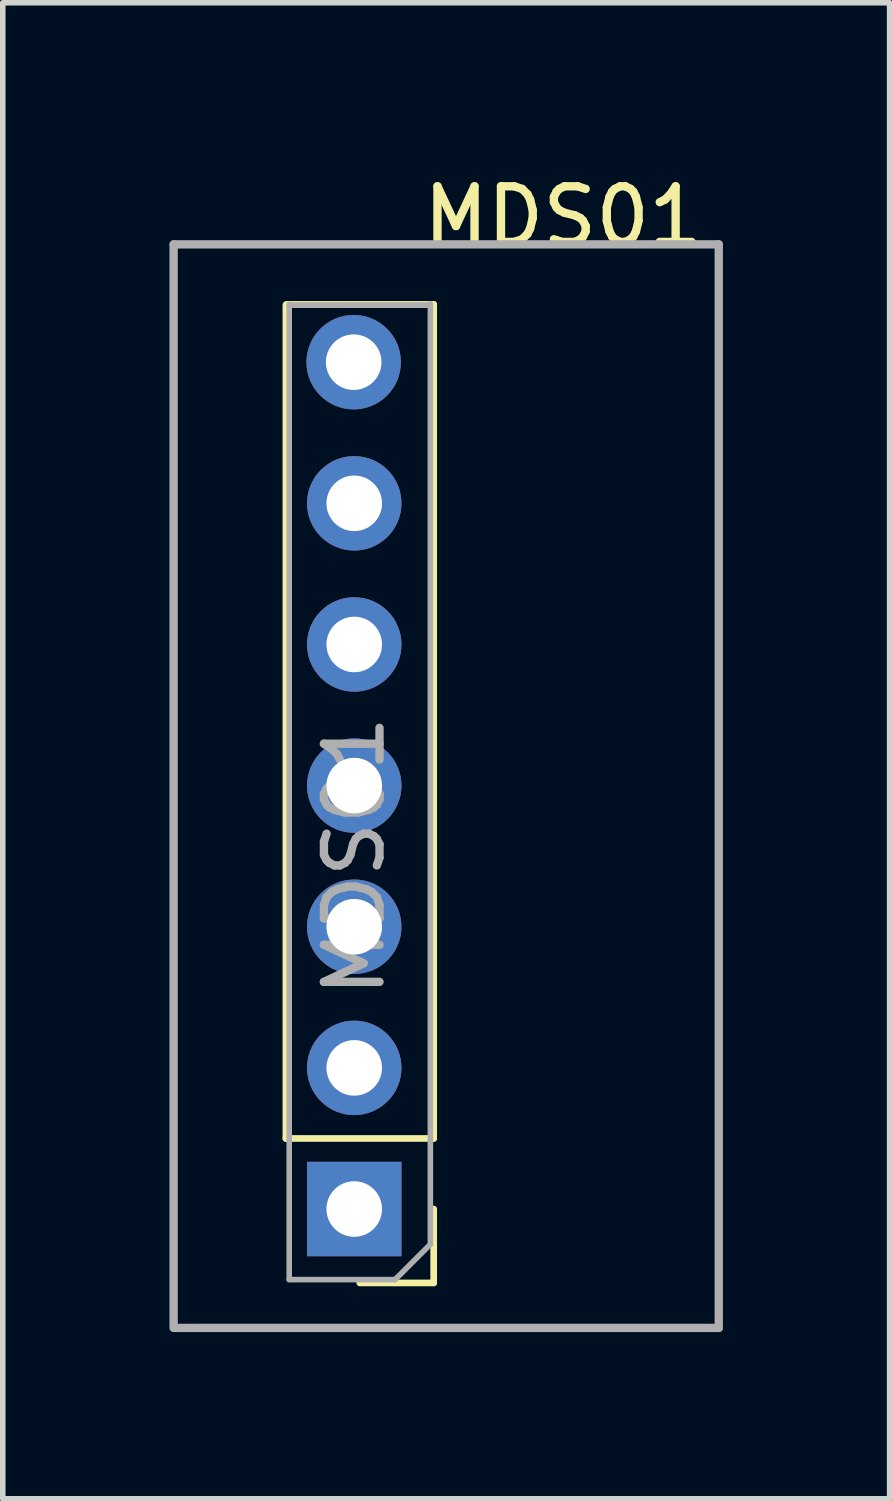
<source format=kicad_pcb>
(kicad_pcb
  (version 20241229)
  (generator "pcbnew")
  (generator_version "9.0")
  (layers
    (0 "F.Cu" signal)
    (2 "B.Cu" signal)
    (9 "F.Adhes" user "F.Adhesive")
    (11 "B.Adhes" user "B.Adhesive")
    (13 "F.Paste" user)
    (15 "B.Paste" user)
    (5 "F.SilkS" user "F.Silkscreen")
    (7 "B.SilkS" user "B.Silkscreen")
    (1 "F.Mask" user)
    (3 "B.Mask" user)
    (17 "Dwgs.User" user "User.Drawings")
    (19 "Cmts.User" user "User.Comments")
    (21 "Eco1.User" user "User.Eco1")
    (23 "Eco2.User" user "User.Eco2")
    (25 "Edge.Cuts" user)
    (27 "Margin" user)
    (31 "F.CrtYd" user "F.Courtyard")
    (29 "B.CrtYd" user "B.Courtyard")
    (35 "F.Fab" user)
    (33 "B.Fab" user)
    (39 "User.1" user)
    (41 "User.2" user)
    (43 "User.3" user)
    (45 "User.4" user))
  (footprint "MDS01"
    (layer "F.Cu")
    (at 6.885 4.848)
    (property "Reference" "MDS01" (at 0.2 -4 0) (layer "F.SilkS") (effects (font (size 1 1) (thickness 0.15))))
    (attr through_hole)
    (fp_line (start -4.79 12.59) (end -4.79 -2.41) (stroke (width 0.12) (type solid)) (layer "F.SilkS"))
    (fp_line (start -2.13 -2.42) (end -4.78 -2.42) (stroke (width 0.12) (type solid)) (layer "F.SilkS"))
    (fp_line (start -2.13 12.59) (end -4.79 12.59) (stroke (width 0.12) (type solid)) (layer "F.SilkS"))
    (fp_line (start -2.13 12.59) (end -2.13 -2.42) (stroke (width 0.12) (type solid)) (layer "F.SilkS"))
    (fp_line (start -2.13 13.86) (end -2.13 15.19) (stroke (width 0.12) (type solid)) (layer "F.SilkS"))
    (fp_line (start -2.13 15.19) (end -3.46 15.19) (stroke (width 0.12) (type solid)) (layer "F.SilkS"))
    (fp_line (start -6.81 -3.5) (end -6.81 16) (stroke (width 0.15) (type solid)) (layer "F.Fab"))
    (fp_line (start -4.73 -2.41) (end -2.19 -2.41) (stroke (width 0.1) (type solid)) (layer "F.Fab"))
    (fp_line (start -4.73 15.13) (end -4.73 -2.42) (stroke (width 0.1) (type solid)) (layer "F.Fab"))
    (fp_line (start -2.825 15.13) (end -4.73 15.13) (stroke (width 0.1) (type solid)) (layer "F.Fab"))
    (fp_line (start -2.19 -2.43) (end -2.19 14.495) (stroke (width 0.1) (type solid)) (layer "F.Fab"))
    (fp_line (start -2.19 14.495) (end -2.825 15.13) (stroke (width 0.1) (type solid)) (layer "F.Fab"))
    (fp_line (start 3 -3.5) (end -6.81 -3.5) (stroke (width 0.15) (type solid)) (layer "F.Fab"))
    (fp_line (start 3 -3.5) (end 3 16) (stroke (width 0.15) (type solid)) (layer "F.Fab"))
    (fp_line (start 3 16) (end -6.8 16) (stroke (width 0.15) (type solid)) (layer "F.Fab"))
    (fp_text user "${REFERENCE}" (at -3.56 7.51 270) (layer "F.Fab") (effects (font (size 1 1) (thickness 0.15))))
    (pad "1" thru_hole rect (at -3.56 13.86 180) (size 1.7 1.7) (drill 1) (layers "*.Cu" "*.Mask"))
    (pad "2" thru_hole oval (at -3.56 11.32 180) (size 1.7 1.7) (drill 1) (layers "*.Cu" "*.Mask"))
    (pad "3" thru_hole oval (at -3.56 8.78 180) (size 1.7 1.7) (drill 1) (layers "*.Cu" "*.Mask"))
    (pad "4" thru_hole oval (at -3.56 6.24 180) (size 1.7 1.7) (drill 1) (layers "*.Cu" "*.Mask"))
    (pad "5" thru_hole oval (at -3.56 3.7 180) (size 1.7 1.7) (drill 1) (layers "*.Cu" "*.Mask"))
    (pad "6" thru_hole oval (at -3.56 1.16 180) (size 1.7 1.7) (drill 1) (layers "*.Cu" "*.Mask"))
    (pad "7" thru_hole oval (at -3.57 -1.38 180) (size 1.7 1.7) (drill 1) (layers "*.Cu" "*.Mask")))
  (gr_rect
    (start -3 -3)
    (end 12.96 23.923)
    (stroke (width 0.1) (type default))
    (fill no)
    (layer "Edge.Cuts")))
</source>
